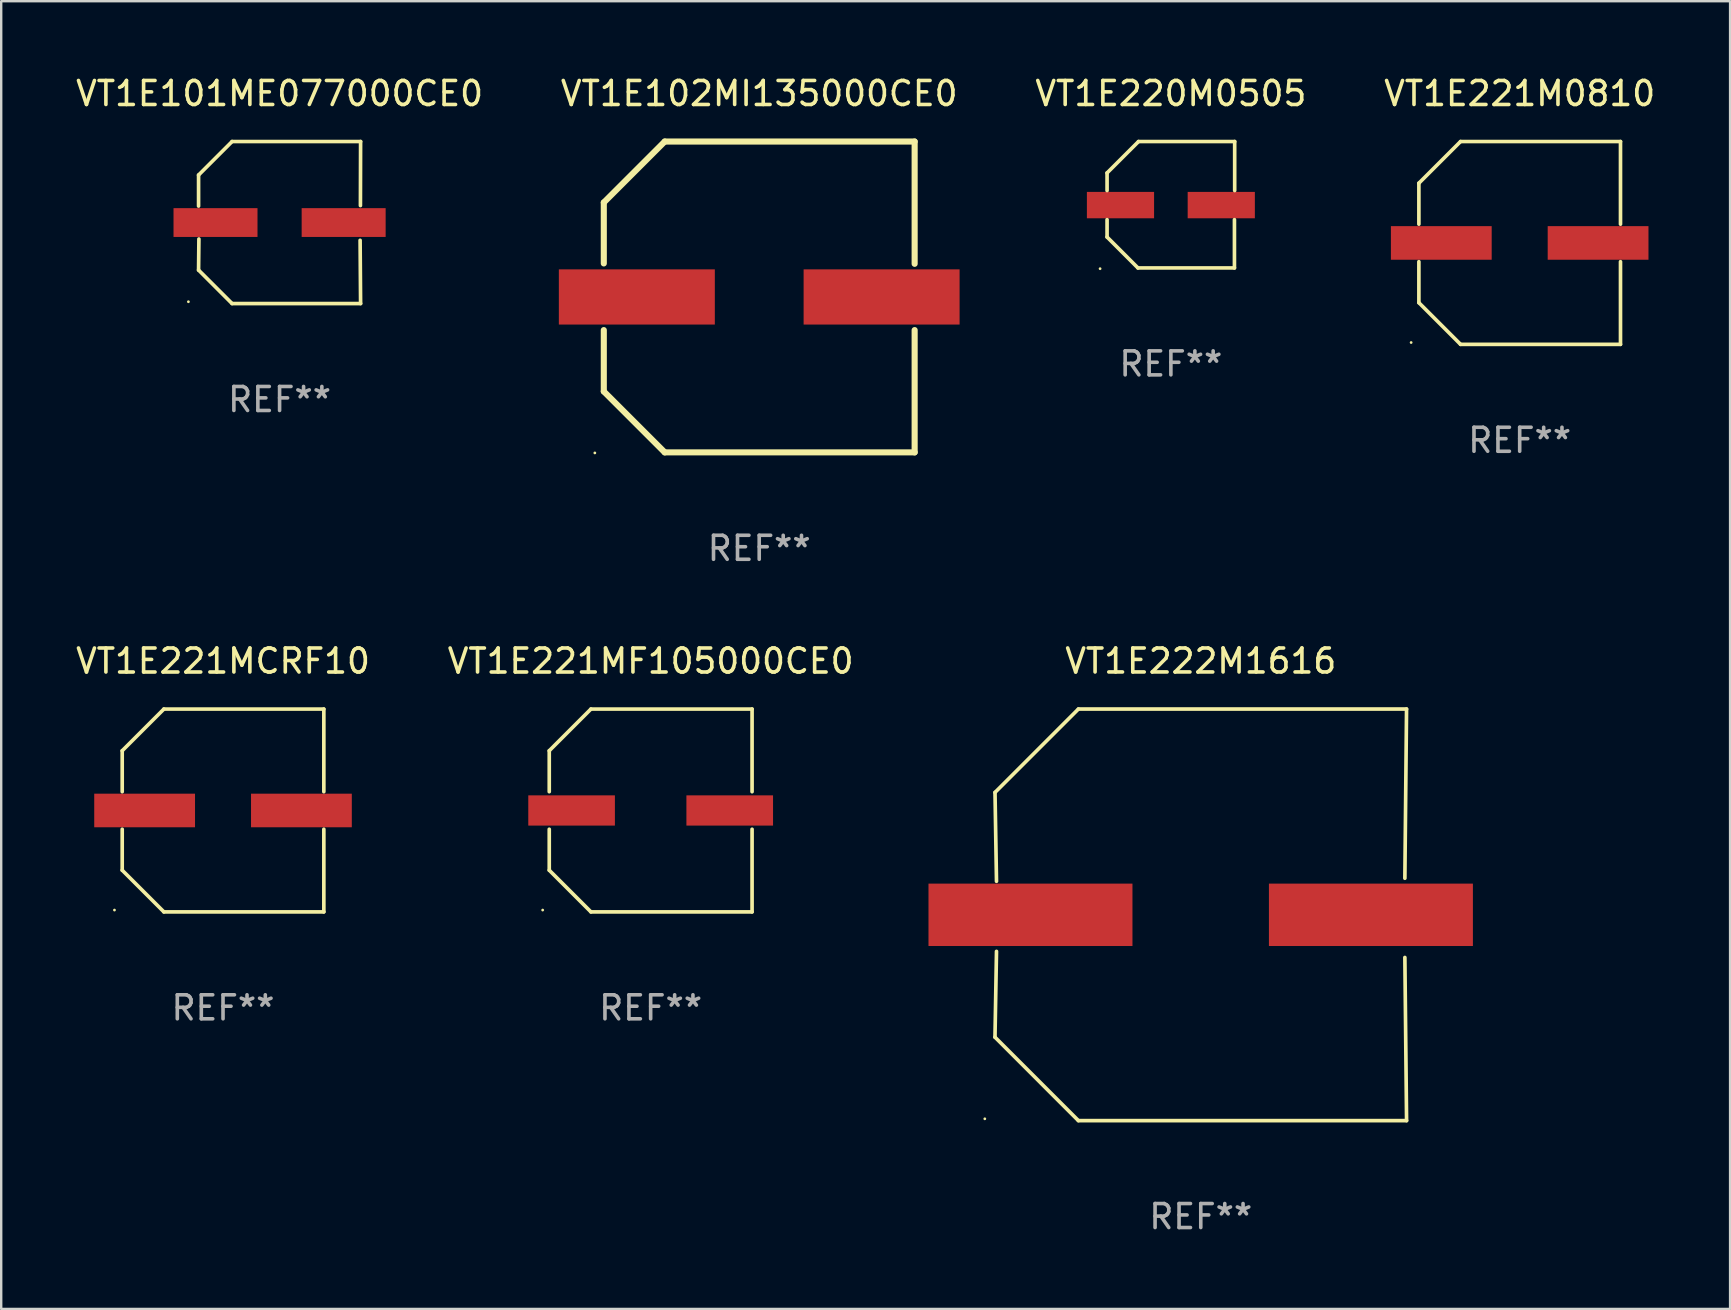
<source format=kicad_pcb>
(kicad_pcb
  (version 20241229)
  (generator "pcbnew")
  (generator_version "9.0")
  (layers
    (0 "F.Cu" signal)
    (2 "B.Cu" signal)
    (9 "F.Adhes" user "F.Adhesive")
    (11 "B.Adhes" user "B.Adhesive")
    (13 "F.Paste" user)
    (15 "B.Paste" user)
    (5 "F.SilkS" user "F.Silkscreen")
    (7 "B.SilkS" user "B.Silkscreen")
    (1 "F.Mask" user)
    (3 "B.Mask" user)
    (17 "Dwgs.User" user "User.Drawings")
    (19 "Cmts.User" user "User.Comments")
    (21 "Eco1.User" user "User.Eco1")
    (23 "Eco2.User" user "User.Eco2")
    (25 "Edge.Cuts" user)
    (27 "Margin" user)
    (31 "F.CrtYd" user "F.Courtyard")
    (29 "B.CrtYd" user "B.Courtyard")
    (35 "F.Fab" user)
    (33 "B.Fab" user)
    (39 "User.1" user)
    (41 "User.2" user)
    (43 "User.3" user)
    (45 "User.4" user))
  (footprint "VT1E221M0810"
    (layer "F.Cu")
    (at 60.28 7.074)
    (property "Reference" "VT1E221M0810" (at 0 -6.226 0) (layer "F.SilkS") (effects (font (size 1 1) (thickness 0.15))))
    (attr through_hole)
    (fp_line (start -4.201 -2.49) (end -4.201 -0.782) (stroke (width 0.152) (type solid)) (layer "F.SilkS"))
    (fp_line (start -4.201 2.49) (end -4.201 0.782) (stroke (width 0.152) (type solid)) (layer "F.SilkS"))
    (fp_line (start -2.465 -4.226) (end -4.201 -2.49) (stroke (width 0.152) (type solid)) (layer "F.SilkS"))
    (fp_line (start -2.465 4.226) (end -4.201 2.49) (stroke (width 0.152) (type solid)) (layer "F.SilkS"))
    (fp_line (start 4.201 -4.226) (end -2.465 -4.226) (stroke (width 0.152) (type solid)) (layer "F.SilkS"))
    (fp_line (start 4.201 -0.782) (end 4.201 -4.226) (stroke (width 0.152) (type solid)) (layer "F.SilkS"))
    (fp_line (start 4.201 0.782) (end 4.201 4.226) (stroke (width 0.152) (type solid)) (layer "F.SilkS"))
    (fp_line (start 4.201 4.226) (end -2.465 4.226) (stroke (width 0.152) (type solid)) (layer "F.SilkS"))
    (fp_circle (center -4.524 4.15) (end -4.494 4.15) (stroke (width 0.06) (type solid)) (fill no) (layer "F.SilkS"))
    (fp_text user "REF**" (at 0 8.226 0) (layer "F.Fab") (effects (font (size 1 1) (thickness 0.15))))
    (pad "1" smd rect (at -3.267 0) (size 4.2 1.4) (layers "F.Cu" "F.Mask" "F.Paste"))
    (pad "2" smd rect (at 3.267 0) (size 4.2 1.4) (layers "F.Cu" "F.Mask" "F.Paste")))
  (footprint "VT1E221MCRF10"
    (layer "F.Cu")
    (at 6.244 30.725)
    (property "Reference" "VT1E221MCRF10" (at 0 -6.226 0) (layer "F.SilkS") (effects (font (size 1 1) (thickness 0.15))))
    (attr through_hole)
    (fp_line (start -4.201 -2.49) (end -4.201 -0.782) (stroke (width 0.152) (type solid)) (layer "F.SilkS"))
    (fp_line (start -4.201 2.49) (end -4.201 0.782) (stroke (width 0.152) (type solid)) (layer "F.SilkS"))
    (fp_line (start -2.465 -4.226) (end -4.201 -2.49) (stroke (width 0.152) (type solid)) (layer "F.SilkS"))
    (fp_line (start -2.465 4.226) (end -4.201 2.49) (stroke (width 0.152) (type solid)) (layer "F.SilkS"))
    (fp_line (start 4.201 -4.226) (end -2.465 -4.226) (stroke (width 0.152) (type solid)) (layer "F.SilkS"))
    (fp_line (start 4.201 -0.782) (end 4.201 -4.226) (stroke (width 0.152) (type solid)) (layer "F.SilkS"))
    (fp_line (start 4.201 0.782) (end 4.201 4.226) (stroke (width 0.152) (type solid)) (layer "F.SilkS"))
    (fp_line (start 4.201 4.226) (end -2.465 4.226) (stroke (width 0.152) (type solid)) (layer "F.SilkS"))
    (fp_circle (center -4.524 4.15) (end -4.494 4.15) (stroke (width 0.06) (type solid)) (fill no) (layer "F.SilkS"))
    (fp_text user "REF**" (at 0 8.226 0) (layer "F.Fab") (effects (font (size 1 1) (thickness 0.15))))
    (pad "1" smd rect (at -3.267 0) (size 4.2 1.4) (layers "F.Cu" "F.Mask" "F.Paste"))
    (pad "2" smd rect (at 3.267 0) (size 4.2 1.4) (layers "F.Cu" "F.Mask" "F.Paste")))
  (footprint "VT1E220M0505"
    (layer "F.Cu")
    (at 45.744 5.482)
    (property "Reference" "VT1E220M0505" (at 0 -4.634 0) (layer "F.SilkS") (effects (font (size 1 1) (thickness 0.15))))
    (attr through_hole)
    (fp_line (start -2.659 -1.326) (end -2.659 -0.592) (stroke (width 0.152) (type solid)) (layer "F.SilkS"))
    (fp_line (start -2.659 1.346) (end -2.659 0.622) (stroke (width 0.152) (type solid)) (layer "F.SilkS"))
    (fp_line (start -1.372 2.634) (end -2.659 1.346) (stroke (width 0.152) (type solid)) (layer "F.SilkS"))
    (fp_line (start -1.349 -2.634) (end -2.659 -1.326) (stroke (width 0.152) (type solid)) (layer "F.SilkS"))
    (fp_line (start 2.649 0.622) (end 2.649 2.634) (stroke (width 0.152) (type solid)) (layer "F.SilkS"))
    (fp_line (start 2.649 2.634) (end -1.372 2.634) (stroke (width 0.152) (type solid)) (layer "F.SilkS"))
    (fp_line (start 2.659 -2.634) (end -1.349 -2.634) (stroke (width 0.152) (type solid)) (layer "F.SilkS"))
    (fp_line (start 2.659 -0.592) (end 2.659 -2.634) (stroke (width 0.152) (type solid)) (layer "F.SilkS"))
    (fp_circle (center -2.95 2.665) (end -2.92 2.665) (stroke (width 0.06) (type solid)) (fill no) (layer "F.SilkS"))
    (fp_text user "REF**" (at 0 6.634 0) (layer "F.Fab") (effects (font (size 1 1) (thickness 0.15))))
    (pad "1" smd rect (at -2.1 0.015) (size 2.8 1.1) (layers "F.Cu" "F.Mask" "F.Paste"))
    (pad "2" smd rect (at 2.1 0.015) (size 2.8 1.1) (layers "F.Cu" "F.Mask" "F.Paste")))
  (footprint "VT1E101ME077000CE0"
    (layer "F.Cu")
    (at 8.601 6.224)
    (property "Reference" "VT1E101ME077000CE0" (at 0 -5.376 0) (layer "F.SilkS") (effects (font (size 1 1) (thickness 0.15))))
    (attr through_hole)
    (fp_line (start -3.376 -1.98) (end -3.376 -0.686) (stroke (width 0.152) (type solid)) (layer "F.SilkS"))
    (fp_line (start -3.376 1.981) (end -3.362 0.686) (stroke (width 0.152) (type solid)) (layer "F.SilkS"))
    (fp_line (start -1.981 3.376) (end -3.376 1.981) (stroke (width 0.152) (type solid)) (layer "F.SilkS"))
    (fp_line (start -1.98 -3.376) (end -3.376 -1.98) (stroke (width 0.152) (type solid)) (layer "F.SilkS"))
    (fp_line (start 3.356 0.74) (end 3.376 3.376) (stroke (width 0.152) (type solid)) (layer "F.SilkS"))
    (fp_line (start 3.369 -0.707) (end 3.376 -3.376) (stroke (width 0.152) (type solid)) (layer "F.SilkS"))
    (fp_line (start 3.376 3.376) (end -1.981 3.376) (stroke (width 0.152) (type solid)) (layer "F.SilkS"))
    (fp_line (start 3.376 -3.376) (end -1.98 -3.376) (stroke (width 0.152) (type solid)) (layer "F.SilkS"))
    (fp_circle (center -3.8 3.3) (end -3.77 3.3) (stroke (width 0.06) (type solid)) (fill no) (layer "F.SilkS"))
    (fp_text user "REF**" (at 0 7.376 0) (layer "F.Fab") (effects (font (size 1 1) (thickness 0.15))))
    (pad "1" smd rect (at -2.67 0.000203) (size 3.5 1.2) (layers "F.Cu" "F.Mask" "F.Paste"))
    (pad "2" smd rect (at 2.67 0.000203) (size 3.5 1.2) (layers "F.Cu" "F.Mask" "F.Paste")))
  (footprint "VT1E102MI135000CE0"
    (layer "F.Cu")
    (at 28.589 9.325)
    (property "Reference" "VT1E102MI135000CE0" (at 0 -8.477 0) (layer "F.SilkS") (effects (font (size 1 1) (thickness 0.15))))
    (attr through_hole)
    (fp_line (start -6.477 -3.937) (end -6.477 -1.397) (stroke (width 0.254) (type solid)) (layer "F.SilkS"))
    (fp_line (start -6.477 1.381) (end -6.477 3.937) (stroke (width 0.254) (type solid)) (layer "F.SilkS"))
    (fp_line (start -6.477 3.937) (end -3.937 6.477) (stroke (width 0.254) (type solid)) (layer "F.SilkS"))
    (fp_line (start -3.937 -6.477) (end -6.477 -3.937) (stroke (width 0.254) (type solid)) (layer "F.SilkS"))
    (fp_line (start -3.937 6.477) (end 6.477 6.477) (stroke (width 0.254) (type solid)) (layer "F.SilkS"))
    (fp_line (start 6.477 -6.477) (end -3.937 -6.477) (stroke (width 0.254) (type solid)) (layer "F.SilkS"))
    (fp_line (start 6.477 -1.381) (end 6.477 -6.477) (stroke (width 0.254) (type solid)) (layer "F.SilkS"))
    (fp_line (start 6.477 6.477) (end 6.477 1.381) (stroke (width 0.254) (type solid)) (layer "F.SilkS"))
    (fp_circle (center -6.85 6.5) (end -6.82 6.5) (stroke (width 0.06) (type solid)) (fill no) (layer "F.SilkS"))
    (fp_text user "REF**" (at 0 10.477 0) (layer "F.Fab") (effects (font (size 1 1) (thickness 0.15))))
    (pad "1" smd rect (at -5.1 0) (size 6.5 2.3) (layers "F.Cu" "F.Mask" "F.Paste"))
    (pad "2" smd rect (at 5.1 0) (size 6.5 2.3) (layers "F.Cu" "F.Mask" "F.Paste")))
  (footprint "VT1E222M1616"
    (layer "F.Cu")
    (at 46.99 35.074)
    (property "Reference" "VT1E222M1616" (at 0 -10.576 0) (layer "F.SilkS") (effects (font (size 1 1) (thickness 0.15))))
    (attr through_hole)
    (fp_line (start -8.576 5.099) (end -8.513 1.523) (stroke (width 0.152) (type solid)) (layer "F.SilkS"))
    (fp_line (start -8.575 -5.101) (end -8.513 -1.398) (stroke (width 0.152) (type solid)) (layer "F.SilkS"))
    (fp_line (start -5.1 -8.576) (end -8.575 -5.101) (stroke (width 0.152) (type solid)) (layer "F.SilkS"))
    (fp_line (start -5.1 8.576) (end -8.576 5.099) (stroke (width 0.152) (type solid)) (layer "F.SilkS"))
    (fp_line (start 8.505 -1.525) (end 8.575 -8.576) (stroke (width 0.152) (type solid)) (layer "F.SilkS"))
    (fp_line (start 8.505 1.777) (end 8.576 8.576) (stroke (width 0.152) (type solid)) (layer "F.SilkS"))
    (fp_line (start 8.575 -8.576) (end -5.1 -8.576) (stroke (width 0.152) (type solid)) (layer "F.SilkS"))
    (fp_line (start 8.576 8.576) (end -5.1 8.576) (stroke (width 0.152) (type solid)) (layer "F.SilkS"))
    (fp_circle (center -9 8.5) (end -8.97 8.5) (stroke (width 0.06) (type solid)) (fill no) (layer "F.SilkS"))
    (fp_text user "REF**" (at 0 12.576 0) (layer "F.Fab") (effects (font (size 1 1) (thickness 0.15))))
    (pad "1" smd rect (at -7.097 -0.001) (size 8.5 2.6) (layers "F.Cu" "F.Mask" "F.Paste"))
    (pad "2" smd rect (at 7.09 -0.001) (size 8.5 2.6) (layers "F.Cu" "F.Mask" "F.Paste")))
  (footprint "VT1E221MF105000CE0"
    (layer "F.Cu")
    (at 24.065 30.725)
    (property "Reference" "VT1E221MF105000CE0" (at 0 -6.226 0) (layer "F.SilkS") (effects (font (size 1 1) (thickness 0.15))))
    (attr through_hole)
    (fp_line (start -4.226 -2.49) (end -4.226 -0.782) (stroke (width 0.152) (type solid)) (layer "F.SilkS"))
    (fp_line (start -4.226 2.49) (end -4.226 0.782) (stroke (width 0.152) (type solid)) (layer "F.SilkS"))
    (fp_line (start -2.49 -4.226) (end -4.226 -2.49) (stroke (width 0.152) (type solid)) (layer "F.SilkS"))
    (fp_line (start -2.49 4.226) (end -4.226 2.49) (stroke (width 0.152) (type solid)) (layer "F.SilkS"))
    (fp_line (start 4.226 -4.226) (end -2.49 -4.226) (stroke (width 0.152) (type solid)) (layer "F.SilkS"))
    (fp_line (start 4.226 -0.782) (end 4.226 -4.226) (stroke (width 0.152) (type solid)) (layer "F.SilkS"))
    (fp_line (start 4.226 0.782) (end 4.226 4.226) (stroke (width 0.152) (type solid)) (layer "F.SilkS"))
    (fp_line (start 4.226 4.226) (end -2.49 4.226) (stroke (width 0.152) (type solid)) (layer "F.SilkS"))
    (fp_circle (center -4.5 4.15) (end -4.47 4.15) (stroke (width 0.06) (type solid)) (fill no) (layer "F.SilkS"))
    (fp_text user "REF**" (at 0 8.226 0) (layer "F.Fab") (effects (font (size 1 1) (thickness 0.15))))
    (pad "1" smd rect (at -3.295 -0.000076 180) (size 3.61 1.26) (layers "F.Cu" "F.Mask" "F.Paste"))
    (pad "2" smd rect (at 3.295 -0.000076 180) (size 3.61 1.26) (layers "F.Cu" "F.Mask" "F.Paste")))
  (gr_rect
    (start -3 -3)
    (end 69.048 51.498)
    (stroke (width 0.1) (type default))
    (fill no)
    (layer "Edge.Cuts")))
</source>
